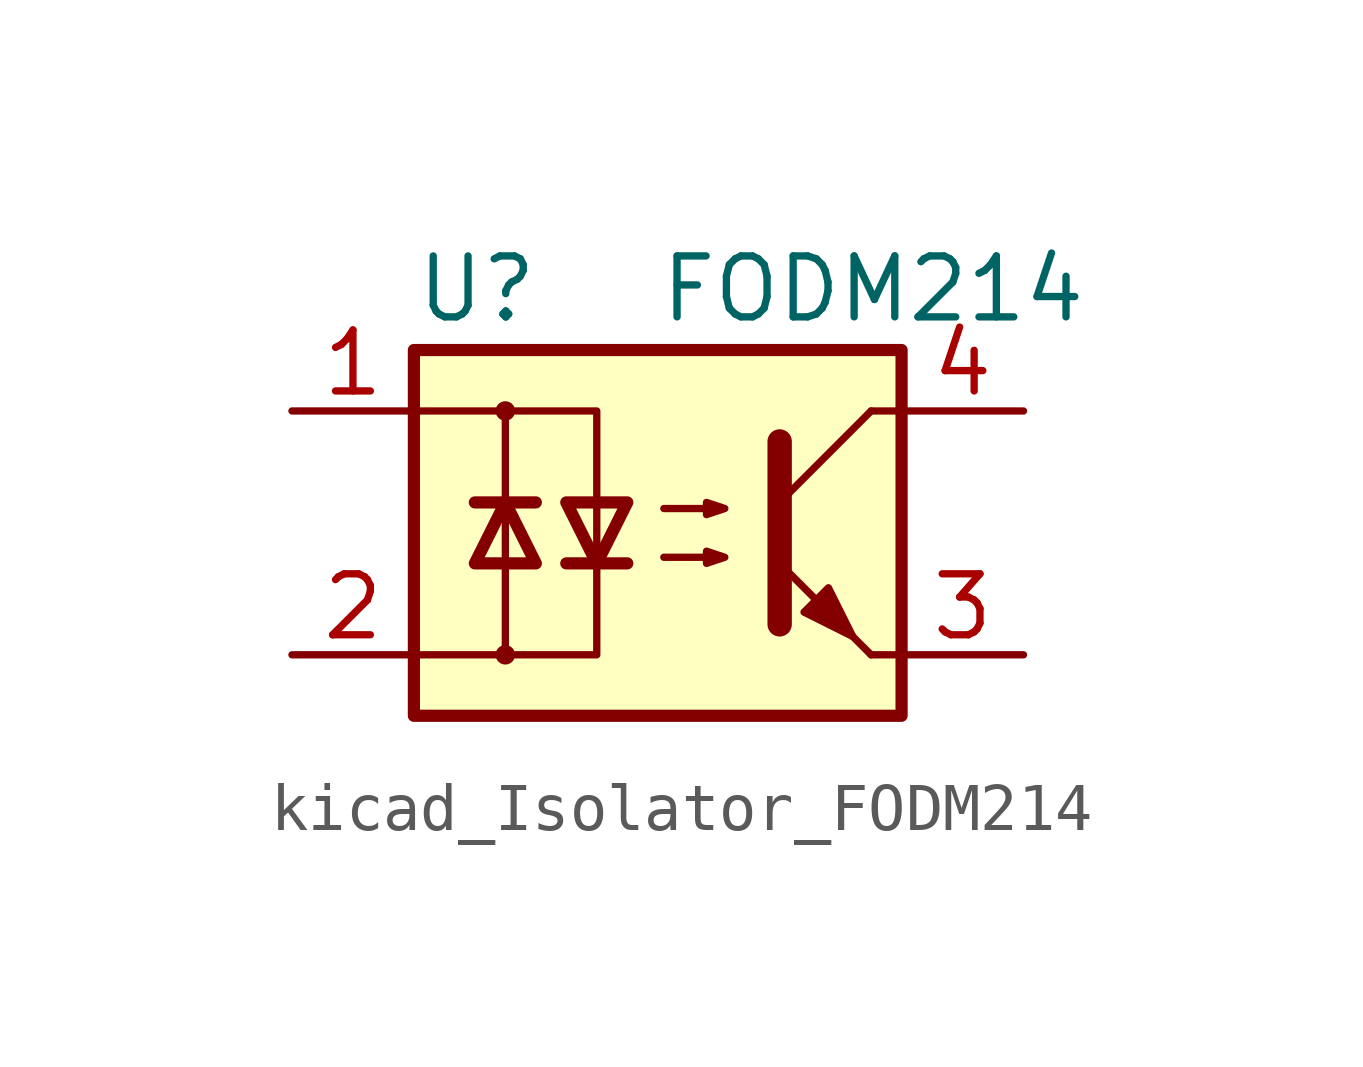
<source format=kicad_sym>
(kicad_symbol_lib
  (version 20220914)
  (generator kicad_symbol_editor)
  (symbol "kicad_Isolator_FODM214"
    (property "Reference" "U"
      (at -5.08 5.08 0)
      (effects (font (size 1.27 1.27)) (justify left)))
    (property "Value" "FODM214"
      (at 0 5.08 0)
      (effects (font (size 1.27 1.27)) (justify left)))
    (symbol "kicad_Isolator_FODM214_0_1"
      (rectangle (start -5.08 3.81) (end 5.08 -3.81) (stroke (width 0.254) (type default)) (fill (type background)))
      (circle (center -3.175 -2.54) (radius 0.127) (stroke (width 0) (type default)) (fill (type none)))
      (circle (center -3.175 2.54) (radius 0.127) (stroke (width 0) (type default)) (fill (type none)))
      (polyline (pts (xy -3.81 0.635) (xy -2.54 0.635)) (stroke (width 0.254) (type default)) (fill (type none)))
      (polyline (pts (xy -3.175 -0.635) (xy -3.175 -2.54)) (stroke (width 0) (type default)) (fill (type none)))
      (polyline (pts (xy -3.175 -0.635) (xy -3.175 2.54)) (stroke (width 0) (type default)) (fill (type none)))
      (polyline (pts (xy -1.905 -0.635) (xy -0.635 -0.635)) (stroke (width 0.254) (type default)) (fill (type none)))
      (polyline (pts (xy 2.54 0.635) (xy 4.445 2.54)) (stroke (width 0) (type default)) (fill (type none)))
      (polyline (pts (xy 4.445 -2.54) (xy 2.54 -0.635)) (stroke (width 0) (type default)) (fill (type outline)))
      (polyline (pts (xy 4.445 -2.54) (xy 5.08 -2.54)) (stroke (width 0) (type default)) (fill (type none)))
      (polyline (pts (xy 4.445 2.54) (xy 5.08 2.54)) (stroke (width 0) (type default)) (fill (type none)))
      (polyline (pts (xy -5.08 2.54) (xy -1.27 2.54) (xy -1.27 -0.635)) (stroke (width 0) (type default)) (fill (type none)))
      (polyline (pts (xy -1.27 -0.635) (xy -1.27 -2.54) (xy -5.08 -2.54)) (stroke (width 0) (type default)) (fill (type none)))
      (polyline (pts (xy 2.54 1.905) (xy 2.54 -1.905) (xy 2.54 -1.905)) (stroke (width 0.508) (type default)) (fill (type none)))
      (polyline (pts (xy -3.175 0.635) (xy -3.81 -0.635) (xy -2.54 -0.635) (xy -3.175 0.635)) (stroke (width 0.254) (type default)) (fill (type none)))
      (polyline (pts (xy -1.27 -0.635) (xy -1.905 0.635) (xy -0.635 0.635) (xy -1.27 -0.635)) (stroke (width 0.254) (type default)) (fill (type none)))
      (polyline (pts (xy 0.127 -0.508) (xy 1.397 -0.508) (xy 1.016 -0.635) (xy 1.016 -0.381) (xy 1.397 -0.508)) (stroke (width 0) (type default)) (fill (type none)))
      (polyline (pts (xy 0.127 0.508) (xy 1.397 0.508) (xy 1.016 0.381) (xy 1.016 0.635) (xy 1.397 0.508)) (stroke (width 0) (type default)) (fill (type none)))
      (polyline (pts (xy 3.048 -1.651) (xy 3.556 -1.143) (xy 4.064 -2.159) (xy 3.048 -1.651) (xy 3.048 -1.651)) (stroke (width 0) (type default)) (fill (type outline))))
    (symbol "kicad_Isolator_FODM214_1_1"
      (pin passive line (at -7.62 2.54 0) (length 2.54) (name "~" (effects (font (size 1.27 1.27)))) (number "1" (effects (font (size 1.27 1.27)))))
      (pin passive line (at -7.62 -2.54 0) (length 2.54) (name "~" (effects (font (size 1.27 1.27)))) (number "2" (effects (font (size 1.27 1.27)))))
      (pin passive line (at 7.62 -2.54 180) (length 2.54) (name "~" (effects (font (size 1.27 1.27)))) (number "3" (effects (font (size 1.27 1.27)))))
      (pin passive line (at 7.62 2.54 180) (length 2.54) (name "~" (effects (font (size 1.27 1.27)))) (number "4" (effects (font (size 1.27 1.27))))))))
</source>
